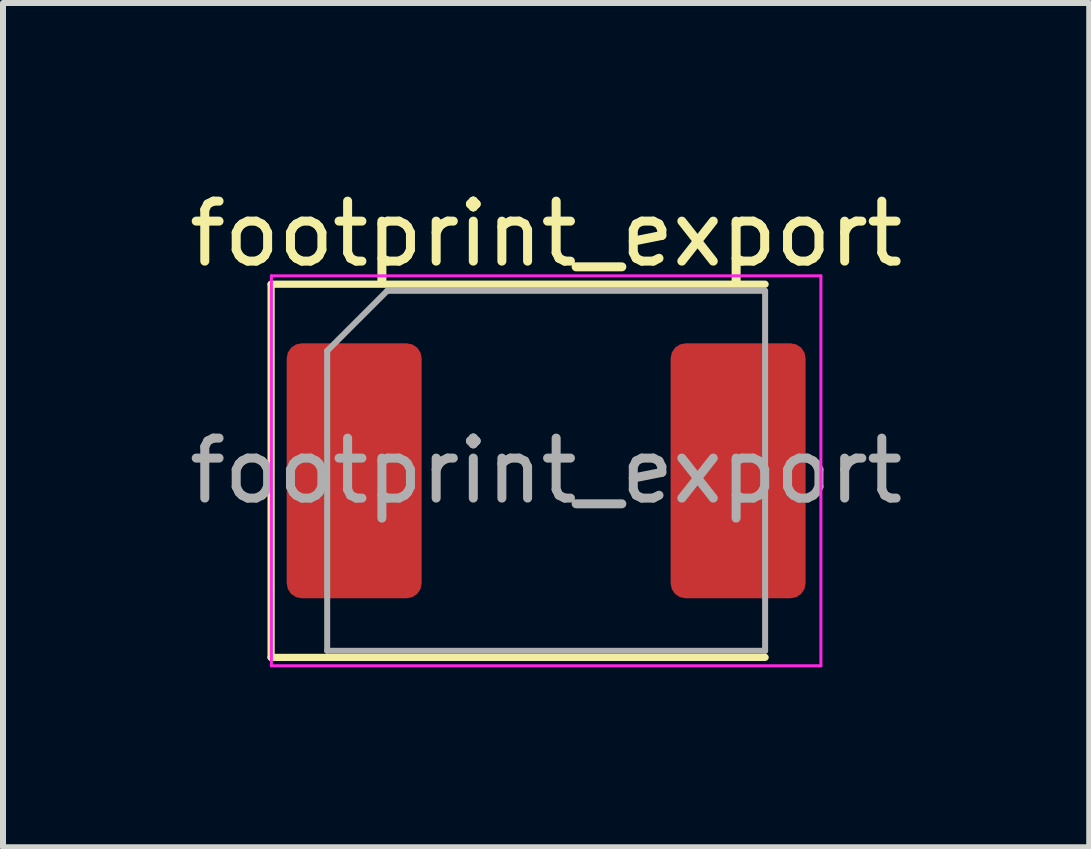
<source format=kicad_pcb>
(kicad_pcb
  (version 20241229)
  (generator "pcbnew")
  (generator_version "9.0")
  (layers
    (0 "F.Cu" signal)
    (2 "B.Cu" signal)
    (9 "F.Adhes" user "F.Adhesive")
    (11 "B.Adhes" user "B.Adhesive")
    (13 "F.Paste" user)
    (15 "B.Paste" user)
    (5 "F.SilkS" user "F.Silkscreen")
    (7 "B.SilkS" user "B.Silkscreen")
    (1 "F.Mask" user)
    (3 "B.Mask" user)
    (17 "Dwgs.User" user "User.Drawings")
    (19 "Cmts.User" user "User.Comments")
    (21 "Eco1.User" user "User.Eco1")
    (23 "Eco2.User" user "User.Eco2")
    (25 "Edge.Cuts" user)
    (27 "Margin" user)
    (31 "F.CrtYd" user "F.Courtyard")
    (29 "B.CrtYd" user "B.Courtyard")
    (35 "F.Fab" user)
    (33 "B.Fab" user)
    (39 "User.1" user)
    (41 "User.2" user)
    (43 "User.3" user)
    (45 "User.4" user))
  (footprint "footprint_export"
    (layer "F.Cu")
    (at 6.054 4.798)
    (property "Reference" "footprint_export" (at 0 -3.95 0) (layer "F.SilkS") (effects (font (size 1 1) (thickness 0.15))))
    (attr smd)
    (fp_line (start -4.585 -3.11) (end -4.585 3.11) (stroke (width 0.12) (type solid)) (layer "F.SilkS"))
    (fp_line (start -4.585 3.11) (end 3.65 3.11) (stroke (width 0.12) (type solid)) (layer "F.SilkS"))
    (fp_line (start 3.65 -3.11) (end -4.585 -3.11) (stroke (width 0.12) (type solid)) (layer "F.SilkS"))
    (fp_line (start -4.58 -3.25) (end 4.58 -3.25) (stroke (width 0.05) (type solid)) (layer "F.CrtYd"))
    (fp_line (start -4.58 3.25) (end -4.58 -3.25) (stroke (width 0.05) (type solid)) (layer "F.CrtYd"))
    (fp_line (start 4.58 -3.25) (end 4.58 3.25) (stroke (width 0.05) (type solid)) (layer "F.CrtYd"))
    (fp_line (start 4.58 3.25) (end -4.58 3.25) (stroke (width 0.05) (type solid)) (layer "F.CrtYd"))
    (fp_line (start -3.65 -2) (end -3.65 3) (stroke (width 0.1) (type solid)) (layer "F.Fab"))
    (fp_line (start -3.65 3) (end 3.65 3) (stroke (width 0.1) (type solid)) (layer "F.Fab"))
    (fp_line (start -2.65 -3) (end -3.65 -2) (stroke (width 0.1) (type solid)) (layer "F.Fab"))
    (fp_line (start 3.65 -3) (end -2.65 -3) (stroke (width 0.1) (type solid)) (layer "F.Fab"))
    (fp_line (start 3.65 3) (end 3.65 -3) (stroke (width 0.1) (type solid)) (layer "F.Fab"))
    (fp_text user "${REFERENCE}" (at 0 0 0) (layer "F.Fab") (effects (font (size 1 1) (thickness 0.15))))
    (pad "1" smd roundrect (at -3.2 0) (size 2.25 4.25) (layers "F.Cu" "F.Mask" "F.Paste") (roundrect_rratio 0.111))
    (pad "2" smd roundrect (at 3.2 0) (size 2.25 4.25) (layers "F.Cu" "F.Mask" "F.Paste") (roundrect_rratio 0.111)))
  (gr_rect
    (start -3 -3)
    (end 15.107 11.073)
    (stroke (width 0.1) (type default))
    (fill no)
    (layer "Edge.Cuts")))
</source>
